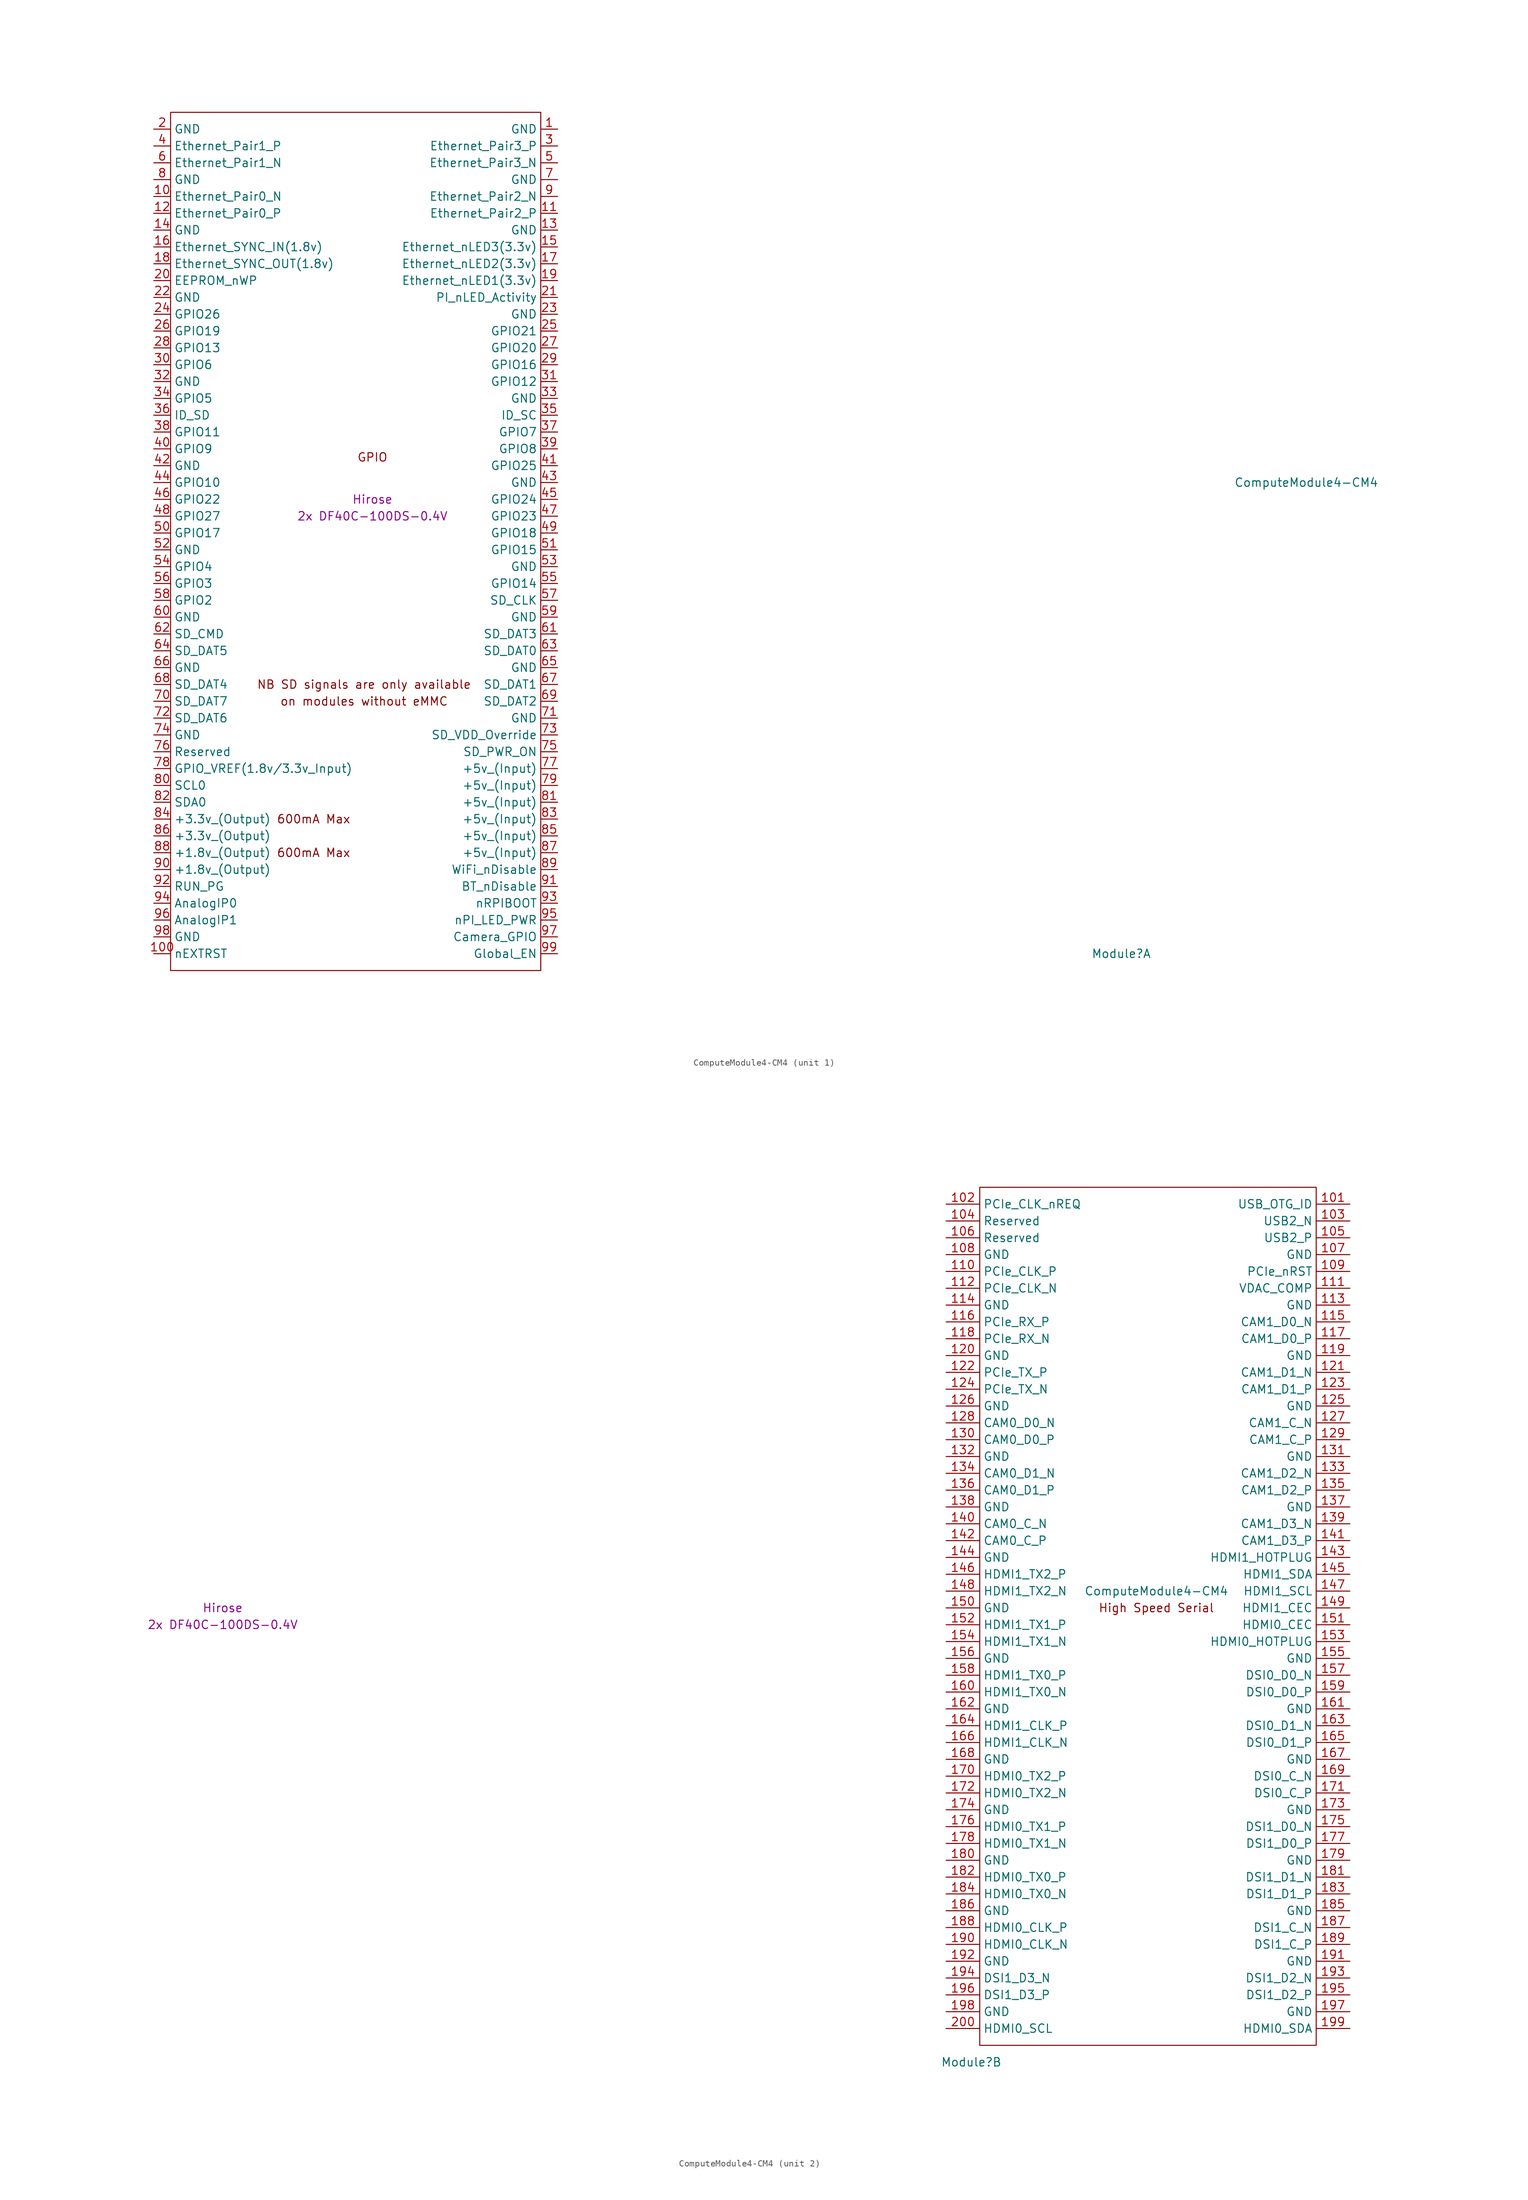
<source format=kicad_sym>
(kicad_symbol_lib
  (version 20201005)
  (generator kicad_symbol_editor)
  (symbol "RPI_CM4_video_preview:ComputeModule4-CM4"
    (property "Reference" "Module"
      (at 113.03 -68.58 0)
      (effects (font (size 1.27 1.27))))
    (property "Value" "ComputeModule4-CM4"
      (at 140.97 2.54 0)
      (effects (font (size 1.27 1.27))))
    (property "Field4" "Hirose"
      (at 0 0 0)
      (effects (font (size 1.27 1.27))))
    (property "Field5" "2x DF40C-100DS-0.4V"
      (at 0 -2.54 0)
      (effects (font (size 1.27 1.27))))
    (symbol "ComputeModule4-CM4_1_0"
      (text "GPIO" (at 0 6.35 0) (effects (font (size 1.27 1.27)))))
    (symbol "ComputeModule4-CM4_1_1"
      (text "600mA Max" (at -8.89 -53.34 0) (effects (font (size 1.27 1.27))))
      (text "600mA Max" (at -8.89 -48.26 0) (effects (font (size 1.27 1.27))))
      (text "NB SD signals are only available" (at -1.27 -27.94 0) (effects (font (size 1.27 1.27))))
      (text "on modules without eMMC" (at -1.27 -30.48 0) (effects (font (size 1.27 1.27))))
      (rectangle (start -30.48 -71.12) (end 25.4 58.42) (stroke (width 0)) (fill (type none)))
      (pin power_in line (at 27.94 55.88 180) (length 2.54) (name "GND" (effects (font (size 1.27 1.27)))) (number "1" (effects (font (size 1.27 1.27)))))
      (pin passive line (at -33.02 45.72 0) (length 2.54) (name "Ethernet_Pair0_N" (effects (font (size 1.27 1.27)))) (number "10" (effects (font (size 1.27 1.27)))))
      (pin output line (at -33.02 -68.58 0) (length 2.54) (name "nEXTRST" (effects (font (size 1.27 1.27)))) (number "100" (effects (font (size 1.27 1.27)))))
      (pin passive line (at 27.94 43.18 180) (length 2.54) (name "Ethernet_Pair2_P" (effects (font (size 1.27 1.27)))) (number "11" (effects (font (size 1.27 1.27)))))
      (pin passive line (at -33.02 43.18 0) (length 2.54) (name "Ethernet_Pair0_P" (effects (font (size 1.27 1.27)))) (number "12" (effects (font (size 1.27 1.27)))))
      (pin power_in line (at 27.94 40.64 180) (length 2.54) (name "GND" (effects (font (size 1.27 1.27)))) (number "13" (effects (font (size 1.27 1.27)))))
      (pin power_in line (at -33.02 40.64 0) (length 2.54) (name "GND" (effects (font (size 1.27 1.27)))) (number "14" (effects (font (size 1.27 1.27)))))
      (pin output line (at 27.94 38.1 180) (length 2.54) (name "Ethernet_nLED3(3.3v)" (effects (font (size 1.27 1.27)))) (number "15" (effects (font (size 1.27 1.27)))))
      (pin input line (at -33.02 38.1 0) (length 2.54) (name "Ethernet_SYNC_IN(1.8v)" (effects (font (size 1.27 1.27)))) (number "16" (effects (font (size 1.27 1.27)))))
      (pin output line (at 27.94 35.56 180) (length 2.54) (name "Ethernet_nLED2(3.3v)" (effects (font (size 1.27 1.27)))) (number "17" (effects (font (size 1.27 1.27)))))
      (pin input line (at -33.02 35.56 0) (length 2.54) (name "Ethernet_SYNC_OUT(1.8v)" (effects (font (size 1.27 1.27)))) (number "18" (effects (font (size 1.27 1.27)))))
      (pin output line (at 27.94 33.02 180) (length 2.54) (name "Ethernet_nLED1(3.3v)" (effects (font (size 1.27 1.27)))) (number "19" (effects (font (size 1.27 1.27)))))
      (pin power_in line (at -33.02 55.88 0) (length 2.54) (name "GND" (effects (font (size 1.27 1.27)))) (number "2" (effects (font (size 1.27 1.27)))))
      (pin passive line (at -33.02 33.02 0) (length 2.54) (name "EEPROM_nWP" (effects (font (size 1.27 1.27)))) (number "20" (effects (font (size 1.27 1.27)))))
      (pin open_collector line (at 27.94 30.48 180) (length 2.54) (name "PI_nLED_Activity" (effects (font (size 1.27 1.27)))) (number "21" (effects (font (size 1.27 1.27)))))
      (pin power_in line (at -33.02 30.48 0) (length 2.54) (name "GND" (effects (font (size 1.27 1.27)))) (number "22" (effects (font (size 1.27 1.27)))))
      (pin power_in line (at 27.94 27.94 180) (length 2.54) (name "GND" (effects (font (size 1.27 1.27)))) (number "23" (effects (font (size 1.27 1.27)))))
      (pin passive line (at -33.02 27.94 0) (length 2.54) (name "GPIO26" (effects (font (size 1.27 1.27)))) (number "24" (effects (font (size 1.27 1.27)))))
      (pin passive line (at 27.94 25.4 180) (length 2.54) (name "GPIO21" (effects (font (size 1.27 1.27)))) (number "25" (effects (font (size 1.27 1.27)))))
      (pin passive line (at -33.02 25.4 0) (length 2.54) (name "GPIO19" (effects (font (size 1.27 1.27)))) (number "26" (effects (font (size 1.27 1.27)))))
      (pin passive line (at 27.94 22.86 180) (length 2.54) (name "GPIO20" (effects (font (size 1.27 1.27)))) (number "27" (effects (font (size 1.27 1.27)))))
      (pin passive line (at -33.02 22.86 0) (length 2.54) (name "GPIO13" (effects (font (size 1.27 1.27)))) (number "28" (effects (font (size 1.27 1.27)))))
      (pin passive line (at 27.94 20.32 180) (length 2.54) (name "GPIO16" (effects (font (size 1.27 1.27)))) (number "29" (effects (font (size 1.27 1.27)))))
      (pin passive line (at 27.94 53.34 180) (length 2.54) (name "Ethernet_Pair3_P" (effects (font (size 1.27 1.27)))) (number "3" (effects (font (size 1.27 1.27)))))
      (pin passive line (at -33.02 20.32 0) (length 2.54) (name "GPIO6" (effects (font (size 1.27 1.27)))) (number "30" (effects (font (size 1.27 1.27)))))
      (pin passive line (at 27.94 17.78 180) (length 2.54) (name "GPIO12" (effects (font (size 1.27 1.27)))) (number "31" (effects (font (size 1.27 1.27)))))
      (pin power_in line (at -33.02 17.78 0) (length 2.54) (name "GND" (effects (font (size 1.27 1.27)))) (number "32" (effects (font (size 1.27 1.27)))))
      (pin power_in line (at 27.94 15.24 180) (length 2.54) (name "GND" (effects (font (size 1.27 1.27)))) (number "33" (effects (font (size 1.27 1.27)))))
      (pin passive line (at -33.02 15.24 0) (length 2.54) (name "GPIO5" (effects (font (size 1.27 1.27)))) (number "34" (effects (font (size 1.27 1.27)))))
      (pin passive line (at 27.94 12.7 180) (length 2.54) (name "ID_SC" (effects (font (size 1.27 1.27)))) (number "35" (effects (font (size 1.27 1.27)))))
      (pin passive line (at -33.02 12.7 0) (length 2.54) (name "ID_SD" (effects (font (size 1.27 1.27)))) (number "36" (effects (font (size 1.27 1.27)))))
      (pin passive line (at 27.94 10.16 180) (length 2.54) (name "GPIO7" (effects (font (size 1.27 1.27)))) (number "37" (effects (font (size 1.27 1.27)))))
      (pin passive line (at -33.02 10.16 0) (length 2.54) (name "GPIO11" (effects (font (size 1.27 1.27)))) (number "38" (effects (font (size 1.27 1.27)))))
      (pin passive line (at 27.94 7.62 180) (length 2.54) (name "GPIO8" (effects (font (size 1.27 1.27)))) (number "39" (effects (font (size 1.27 1.27)))))
      (pin passive line (at -33.02 53.34 0) (length 2.54) (name "Ethernet_Pair1_P" (effects (font (size 1.27 1.27)))) (number "4" (effects (font (size 1.27 1.27)))))
      (pin passive line (at -33.02 7.62 0) (length 2.54) (name "GPIO9" (effects (font (size 1.27 1.27)))) (number "40" (effects (font (size 1.27 1.27)))))
      (pin passive line (at 27.94 5.08 180) (length 2.54) (name "GPIO25" (effects (font (size 1.27 1.27)))) (number "41" (effects (font (size 1.27 1.27)))))
      (pin power_in line (at -33.02 5.08 0) (length 2.54) (name "GND" (effects (font (size 1.27 1.27)))) (number "42" (effects (font (size 1.27 1.27)))))
      (pin power_in line (at 27.94 2.54 180) (length 2.54) (name "GND" (effects (font (size 1.27 1.27)))) (number "43" (effects (font (size 1.27 1.27)))))
      (pin passive line (at -33.02 2.54 0) (length 2.54) (name "GPIO10" (effects (font (size 1.27 1.27)))) (number "44" (effects (font (size 1.27 1.27)))))
      (pin passive line (at 27.94 0 180) (length 2.54) (name "GPIO24" (effects (font (size 1.27 1.27)))) (number "45" (effects (font (size 1.27 1.27)))))
      (pin passive line (at -33.02 0 0) (length 2.54) (name "GPIO22" (effects (font (size 1.27 1.27)))) (number "46" (effects (font (size 1.27 1.27)))))
      (pin passive line (at 27.94 -2.54 180) (length 2.54) (name "GPIO23" (effects (font (size 1.27 1.27)))) (number "47" (effects (font (size 1.27 1.27)))))
      (pin passive line (at -33.02 -2.54 0) (length 2.54) (name "GPIO27" (effects (font (size 1.27 1.27)))) (number "48" (effects (font (size 1.27 1.27)))))
      (pin passive line (at 27.94 -5.08 180) (length 2.54) (name "GPIO18" (effects (font (size 1.27 1.27)))) (number "49" (effects (font (size 1.27 1.27)))))
      (pin passive line (at 27.94 50.8 180) (length 2.54) (name "Ethernet_Pair3_N" (effects (font (size 1.27 1.27)))) (number "5" (effects (font (size 1.27 1.27)))))
      (pin passive line (at -33.02 -5.08 0) (length 2.54) (name "GPIO17" (effects (font (size 1.27 1.27)))) (number "50" (effects (font (size 1.27 1.27)))))
      (pin passive line (at 27.94 -7.62 180) (length 2.54) (name "GPIO15" (effects (font (size 1.27 1.27)))) (number "51" (effects (font (size 1.27 1.27)))))
      (pin power_in line (at -33.02 -7.62 0) (length 2.54) (name "GND" (effects (font (size 1.27 1.27)))) (number "52" (effects (font (size 1.27 1.27)))))
      (pin power_in line (at 27.94 -10.16 180) (length 2.54) (name "GND" (effects (font (size 1.27 1.27)))) (number "53" (effects (font (size 1.27 1.27)))))
      (pin passive line (at -33.02 -10.16 0) (length 2.54) (name "GPIO4" (effects (font (size 1.27 1.27)))) (number "54" (effects (font (size 1.27 1.27)))))
      (pin passive line (at 27.94 -12.7 180) (length 2.54) (name "GPIO14" (effects (font (size 1.27 1.27)))) (number "55" (effects (font (size 1.27 1.27)))))
      (pin passive line (at -33.02 -12.7 0) (length 2.54) (name "GPIO3" (effects (font (size 1.27 1.27)))) (number "56" (effects (font (size 1.27 1.27)))))
      (pin passive line (at 27.94 -15.24 180) (length 2.54) (name "SD_CLK" (effects (font (size 1.27 1.27)))) (number "57" (effects (font (size 1.27 1.27)))))
      (pin passive line (at -33.02 -15.24 0) (length 2.54) (name "GPIO2" (effects (font (size 1.27 1.27)))) (number "58" (effects (font (size 1.27 1.27)))))
      (pin power_in line (at 27.94 -17.78 180) (length 2.54) (name "GND" (effects (font (size 1.27 1.27)))) (number "59" (effects (font (size 1.27 1.27)))))
      (pin passive line (at -33.02 50.8 0) (length 2.54) (name "Ethernet_Pair1_N" (effects (font (size 1.27 1.27)))) (number "6" (effects (font (size 1.27 1.27)))))
      (pin power_in line (at -33.02 -17.78 0) (length 2.54) (name "GND" (effects (font (size 1.27 1.27)))) (number "60" (effects (font (size 1.27 1.27)))))
      (pin passive line (at 27.94 -20.32 180) (length 2.54) (name "SD_DAT3" (effects (font (size 1.27 1.27)))) (number "61" (effects (font (size 1.27 1.27)))))
      (pin passive line (at -33.02 -20.32 0) (length 2.54) (name "SD_CMD" (effects (font (size 1.27 1.27)))) (number "62" (effects (font (size 1.27 1.27)))))
      (pin passive line (at 27.94 -22.86 180) (length 2.54) (name "SD_DAT0" (effects (font (size 1.27 1.27)))) (number "63" (effects (font (size 1.27 1.27)))))
      (pin passive line (at -33.02 -22.86 0) (length 2.54) (name "SD_DAT5" (effects (font (size 1.27 1.27)))) (number "64" (effects (font (size 1.27 1.27)))))
      (pin power_in line (at 27.94 -25.4 180) (length 2.54) (name "GND" (effects (font (size 1.27 1.27)))) (number "65" (effects (font (size 1.27 1.27)))))
      (pin power_in line (at -33.02 -25.4 0) (length 2.54) (name "GND" (effects (font (size 1.27 1.27)))) (number "66" (effects (font (size 1.27 1.27)))))
      (pin passive line (at 27.94 -27.94 180) (length 2.54) (name "SD_DAT1" (effects (font (size 1.27 1.27)))) (number "67" (effects (font (size 1.27 1.27)))))
      (pin passive line (at -33.02 -27.94 0) (length 2.54) (name "SD_DAT4" (effects (font (size 1.27 1.27)))) (number "68" (effects (font (size 1.27 1.27)))))
      (pin passive line (at 27.94 -30.48 180) (length 2.54) (name "SD_DAT2" (effects (font (size 1.27 1.27)))) (number "69" (effects (font (size 1.27 1.27)))))
      (pin power_in line (at 27.94 48.26 180) (length 2.54) (name "GND" (effects (font (size 1.27 1.27)))) (number "7" (effects (font (size 1.27 1.27)))))
      (pin passive line (at -33.02 -30.48 0) (length 2.54) (name "SD_DAT7" (effects (font (size 1.27 1.27)))) (number "70" (effects (font (size 1.27 1.27)))))
      (pin power_in line (at 27.94 -33.02 180) (length 2.54) (name "GND" (effects (font (size 1.27 1.27)))) (number "71" (effects (font (size 1.27 1.27)))))
      (pin passive line (at -33.02 -33.02 0) (length 2.54) (name "SD_DAT6" (effects (font (size 1.27 1.27)))) (number "72" (effects (font (size 1.27 1.27)))))
      (pin input line (at 27.94 -35.56 180) (length 2.54) (name "SD_VDD_Override" (effects (font (size 1.27 1.27)))) (number "73" (effects (font (size 1.27 1.27)))))
      (pin power_in line (at -33.02 -35.56 0) (length 2.54) (name "GND" (effects (font (size 1.27 1.27)))) (number "74" (effects (font (size 1.27 1.27)))))
      (pin output line (at 27.94 -38.1 180) (length 2.54) (name "SD_PWR_ON" (effects (font (size 1.27 1.27)))) (number "75" (effects (font (size 1.27 1.27)))))
      (pin passive line (at -33.02 -38.1 0) (length 2.54) (name "Reserved" (effects (font (size 1.27 1.27)))) (number "76" (effects (font (size 1.27 1.27)))))
      (pin power_in line (at 27.94 -40.64 180) (length 2.54) (name "+5v_(Input)" (effects (font (size 1.27 1.27)))) (number "77" (effects (font (size 1.27 1.27)))))
      (pin power_in line (at -33.02 -40.64 0) (length 2.54) (name "GPIO_VREF(1.8v/3.3v_Input)" (effects (font (size 1.27 1.27)))) (number "78" (effects (font (size 1.27 1.27)))))
      (pin power_in line (at 27.94 -43.18 180) (length 2.54) (name "+5v_(Input)" (effects (font (size 1.27 1.27)))) (number "79" (effects (font (size 1.27 1.27)))))
      (pin power_in line (at -33.02 48.26 0) (length 2.54) (name "GND" (effects (font (size 1.27 1.27)))) (number "8" (effects (font (size 1.27 1.27)))))
      (pin passive line (at -33.02 -43.18 0) (length 2.54) (name "SCL0" (effects (font (size 1.27 1.27)))) (number "80" (effects (font (size 1.27 1.27)))))
      (pin power_in line (at 27.94 -45.72 180) (length 2.54) (name "+5v_(Input)" (effects (font (size 1.27 1.27)))) (number "81" (effects (font (size 1.27 1.27)))))
      (pin passive line (at -33.02 -45.72 0) (length 2.54) (name "SDA0" (effects (font (size 1.27 1.27)))) (number "82" (effects (font (size 1.27 1.27)))))
      (pin power_in line (at 27.94 -48.26 180) (length 2.54) (name "+5v_(Input)" (effects (font (size 1.27 1.27)))) (number "83" (effects (font (size 1.27 1.27)))))
      (pin power_out line (at -33.02 -48.26 0) (length 2.54) (name "+3.3v_(Output)" (effects (font (size 1.27 1.27)))) (number "84" (effects (font (size 1.27 1.27)))))
      (pin power_in line (at 27.94 -50.8 180) (length 2.54) (name "+5v_(Input)" (effects (font (size 1.27 1.27)))) (number "85" (effects (font (size 1.27 1.27)))))
      (pin power_out line (at -33.02 -50.8 0) (length 2.54) (name "+3.3v_(Output)" (effects (font (size 1.27 1.27)))) (number "86" (effects (font (size 1.27 1.27)))))
      (pin power_in line (at 27.94 -53.34 180) (length 2.54) (name "+5v_(Input)" (effects (font (size 1.27 1.27)))) (number "87" (effects (font (size 1.27 1.27)))))
      (pin power_out line (at -33.02 -53.34 0) (length 2.54) (name "+1.8v_(Output)" (effects (font (size 1.27 1.27)))) (number "88" (effects (font (size 1.27 1.27)))))
      (pin power_in line (at 27.94 -55.88 180) (length 2.54) (name "WiFi_nDisable" (effects (font (size 1.27 1.27)))) (number "89" (effects (font (size 1.27 1.27)))))
      (pin passive line (at 27.94 45.72 180) (length 2.54) (name "Ethernet_Pair2_N" (effects (font (size 1.27 1.27)))) (number "9" (effects (font (size 1.27 1.27)))))
      (pin power_out line (at -33.02 -55.88 0) (length 2.54) (name "+1.8v_(Output)" (effects (font (size 1.27 1.27)))) (number "90" (effects (font (size 1.27 1.27)))))
      (pin power_in line (at 27.94 -58.42 180) (length 2.54) (name "BT_nDisable" (effects (font (size 1.27 1.27)))) (number "91" (effects (font (size 1.27 1.27)))))
      (pin passive line (at -33.02 -58.42 0) (length 2.54) (name "RUN_PG" (effects (font (size 1.27 1.27)))) (number "92" (effects (font (size 1.27 1.27)))))
      (pin input line (at 27.94 -60.96 180) (length 2.54) (name "nRPIBOOT" (effects (font (size 1.27 1.27)))) (number "93" (effects (font (size 1.27 1.27)))))
      (pin passive line (at -33.02 -60.96 0) (length 2.54) (name "AnalogIP0" (effects (font (size 1.27 1.27)))) (number "94" (effects (font (size 1.27 1.27)))))
      (pin output line (at 27.94 -63.5 180) (length 2.54) (name "nPI_LED_PWR" (effects (font (size 1.27 1.27)))) (number "95" (effects (font (size 1.27 1.27)))))
      (pin passive line (at -33.02 -63.5 0) (length 2.54) (name "AnalogIP1" (effects (font (size 1.27 1.27)))) (number "96" (effects (font (size 1.27 1.27)))))
      (pin passive line (at 27.94 -66.04 180) (length 2.54) (name "Camera_GPIO" (effects (font (size 1.27 1.27)))) (number "97" (effects (font (size 1.27 1.27)))))
      (pin power_in line (at -33.02 -66.04 0) (length 2.54) (name "GND" (effects (font (size 1.27 1.27)))) (number "98" (effects (font (size 1.27 1.27)))))
      (pin input line (at 27.94 -68.58 180) (length 2.54) (name "Global_EN" (effects (font (size 1.27 1.27)))) (number "99" (effects (font (size 1.27 1.27))))))
    (symbol "ComputeModule4-CM4_2_1"
      (text "High Speed Serial" (at 140.97 0 0) (effects (font (size 1.27 1.27))))
      (rectangle (start 114.3 -66.04) (end 165.1 63.5) (stroke (width 0)) (fill (type none)))
      (pin input line (at 170.18 60.96 180) (length 5.08) (name "USB_OTG_ID" (effects (font (size 1.27 1.27)))) (number "101" (effects (font (size 1.27 1.27)))))
      (pin input line (at 109.22 60.96 0) (length 5.08) (name "PCIe_CLK_nREQ" (effects (font (size 1.27 1.27)))) (number "102" (effects (font (size 1.27 1.27)))))
      (pin passive line (at 170.18 58.42 180) (length 5.08) (name "USB2_N" (effects (font (size 1.27 1.27)))) (number "103" (effects (font (size 1.27 1.27)))))
      (pin passive line (at 109.22 58.42 0) (length 5.08) (name "Reserved" (effects (font (size 1.27 1.27)))) (number "104" (effects (font (size 1.27 1.27)))))
      (pin passive line (at 170.18 55.88 180) (length 5.08) (name "USB2_P" (effects (font (size 1.27 1.27)))) (number "105" (effects (font (size 1.27 1.27)))))
      (pin passive line (at 109.22 55.88 0) (length 5.08) (name "Reserved" (effects (font (size 1.27 1.27)))) (number "106" (effects (font (size 1.27 1.27)))))
      (pin power_in line (at 170.18 53.34 180) (length 5.08) (name "GND" (effects (font (size 1.27 1.27)))) (number "107" (effects (font (size 1.27 1.27)))))
      (pin power_in line (at 109.22 53.34 0) (length 5.08) (name "GND" (effects (font (size 1.27 1.27)))) (number "108" (effects (font (size 1.27 1.27)))))
      (pin bidirectional line (at 170.18 50.8 180) (length 5.08) (name "PCIe_nRST" (effects (font (size 1.27 1.27)))) (number "109" (effects (font (size 1.27 1.27)))))
      (pin output line (at 109.22 50.8 0) (length 5.08) (name "PCIe_CLK_P" (effects (font (size 1.27 1.27)))) (number "110" (effects (font (size 1.27 1.27)))))
      (pin passive line (at 170.18 48.26 180) (length 5.08) (name "VDAC_COMP" (effects (font (size 1.27 1.27)))) (number "111" (effects (font (size 1.27 1.27)))))
      (pin output line (at 109.22 48.26 0) (length 5.08) (name "PCIe_CLK_N" (effects (font (size 1.27 1.27)))) (number "112" (effects (font (size 1.27 1.27)))))
      (pin power_in line (at 170.18 45.72 180) (length 5.08) (name "GND" (effects (font (size 1.27 1.27)))) (number "113" (effects (font (size 1.27 1.27)))))
      (pin power_in line (at 109.22 45.72 0) (length 5.08) (name "GND" (effects (font (size 1.27 1.27)))) (number "114" (effects (font (size 1.27 1.27)))))
      (pin input line (at 170.18 43.18 180) (length 5.08) (name "CAM1_D0_N" (effects (font (size 1.27 1.27)))) (number "115" (effects (font (size 1.27 1.27)))))
      (pin input line (at 109.22 43.18 0) (length 5.08) (name "PCIe_RX_P" (effects (font (size 1.27 1.27)))) (number "116" (effects (font (size 1.27 1.27)))))
      (pin input line (at 170.18 40.64 180) (length 5.08) (name "CAM1_D0_P" (effects (font (size 1.27 1.27)))) (number "117" (effects (font (size 1.27 1.27)))))
      (pin input line (at 109.22 40.64 0) (length 5.08) (name "PCIe_RX_N" (effects (font (size 1.27 1.27)))) (number "118" (effects (font (size 1.27 1.27)))))
      (pin power_in line (at 170.18 38.1 180) (length 5.08) (name "GND" (effects (font (size 1.27 1.27)))) (number "119" (effects (font (size 1.27 1.27)))))
      (pin power_in line (at 109.22 38.1 0) (length 5.08) (name "GND" (effects (font (size 1.27 1.27)))) (number "120" (effects (font (size 1.27 1.27)))))
      (pin input line (at 170.18 35.56 180) (length 5.08) (name "CAM1_D1_N" (effects (font (size 1.27 1.27)))) (number "121" (effects (font (size 1.27 1.27)))))
      (pin output line (at 109.22 35.56 0) (length 5.08) (name "PCIe_TX_P" (effects (font (size 1.27 1.27)))) (number "122" (effects (font (size 1.27 1.27)))))
      (pin input line (at 170.18 33.02 180) (length 5.08) (name "CAM1_D1_P" (effects (font (size 1.27 1.27)))) (number "123" (effects (font (size 1.27 1.27)))))
      (pin output line (at 109.22 33.02 0) (length 5.08) (name "PCIe_TX_N" (effects (font (size 1.27 1.27)))) (number "124" (effects (font (size 1.27 1.27)))))
      (pin power_in line (at 170.18 30.48 180) (length 5.08) (name "GND" (effects (font (size 1.27 1.27)))) (number "125" (effects (font (size 1.27 1.27)))))
      (pin power_in line (at 109.22 30.48 0) (length 5.08) (name "GND" (effects (font (size 1.27 1.27)))) (number "126" (effects (font (size 1.27 1.27)))))
      (pin input line (at 170.18 27.94 180) (length 5.08) (name "CAM1_C_N" (effects (font (size 1.27 1.27)))) (number "127" (effects (font (size 1.27 1.27)))))
      (pin input line (at 109.22 27.94 0) (length 5.08) (name "CAM0_D0_N" (effects (font (size 1.27 1.27)))) (number "128" (effects (font (size 1.27 1.27)))))
      (pin input line (at 170.18 25.4 180) (length 5.08) (name "CAM1_C_P" (effects (font (size 1.27 1.27)))) (number "129" (effects (font (size 1.27 1.27)))))
      (pin input line (at 109.22 25.4 0) (length 5.08) (name "CAM0_D0_P" (effects (font (size 1.27 1.27)))) (number "130" (effects (font (size 1.27 1.27)))))
      (pin power_in line (at 170.18 22.86 180) (length 5.08) (name "GND" (effects (font (size 1.27 1.27)))) (number "131" (effects (font (size 1.27 1.27)))))
      (pin power_in line (at 109.22 22.86 0) (length 5.08) (name "GND" (effects (font (size 1.27 1.27)))) (number "132" (effects (font (size 1.27 1.27)))))
      (pin input line (at 170.18 20.32 180) (length 5.08) (name "CAM1_D2_N" (effects (font (size 1.27 1.27)))) (number "133" (effects (font (size 1.27 1.27)))))
      (pin input line (at 109.22 20.32 0) (length 5.08) (name "CAM0_D1_N" (effects (font (size 1.27 1.27)))) (number "134" (effects (font (size 1.27 1.27)))))
      (pin input line (at 170.18 17.78 180) (length 5.08) (name "CAM1_D2_P" (effects (font (size 1.27 1.27)))) (number "135" (effects (font (size 1.27 1.27)))))
      (pin input line (at 109.22 17.78 0) (length 5.08) (name "CAM0_D1_P" (effects (font (size 1.27 1.27)))) (number "136" (effects (font (size 1.27 1.27)))))
      (pin power_in line (at 170.18 15.24 180) (length 5.08) (name "GND" (effects (font (size 1.27 1.27)))) (number "137" (effects (font (size 1.27 1.27)))))
      (pin power_in line (at 109.22 15.24 0) (length 5.08) (name "GND" (effects (font (size 1.27 1.27)))) (number "138" (effects (font (size 1.27 1.27)))))
      (pin input line (at 170.18 12.7 180) (length 5.08) (name "CAM1_D3_N" (effects (font (size 1.27 1.27)))) (number "139" (effects (font (size 1.27 1.27)))))
      (pin input line (at 109.22 12.7 0) (length 5.08) (name "CAM0_C_N" (effects (font (size 1.27 1.27)))) (number "140" (effects (font (size 1.27 1.27)))))
      (pin input line (at 170.18 10.16 180) (length 5.08) (name "CAM1_D3_P" (effects (font (size 1.27 1.27)))) (number "141" (effects (font (size 1.27 1.27)))))
      (pin input line (at 109.22 10.16 0) (length 5.08) (name "CAM0_C_P" (effects (font (size 1.27 1.27)))) (number "142" (effects (font (size 1.27 1.27)))))
      (pin input line (at 170.18 7.62 180) (length 5.08) (name "HDMI1_HOTPLUG" (effects (font (size 1.27 1.27)))) (number "143" (effects (font (size 1.27 1.27)))))
      (pin power_in line (at 109.22 7.62 0) (length 5.08) (name "GND" (effects (font (size 1.27 1.27)))) (number "144" (effects (font (size 1.27 1.27)))))
      (pin bidirectional line (at 170.18 5.08 180) (length 5.08) (name "HDMI1_SDA" (effects (font (size 1.27 1.27)))) (number "145" (effects (font (size 1.27 1.27)))))
      (pin output line (at 109.22 5.08 0) (length 5.08) (name "HDMI1_TX2_P" (effects (font (size 1.27 1.27)))) (number "146" (effects (font (size 1.27 1.27)))))
      (pin open_collector line (at 170.18 2.54 180) (length 5.08) (name "HDMI1_SCL" (effects (font (size 1.27 1.27)))) (number "147" (effects (font (size 1.27 1.27)))))
      (pin output line (at 109.22 2.54 0) (length 5.08) (name "HDMI1_TX2_N" (effects (font (size 1.27 1.27)))) (number "148" (effects (font (size 1.27 1.27)))))
      (pin open_collector line (at 170.18 0 180) (length 5.08) (name "HDMI1_CEC" (effects (font (size 1.27 1.27)))) (number "149" (effects (font (size 1.27 1.27)))))
      (pin power_in line (at 109.22 0 0) (length 5.08) (name "GND" (effects (font (size 1.27 1.27)))) (number "150" (effects (font (size 1.27 1.27)))))
      (pin open_collector line (at 170.18 -2.54 180) (length 5.08) (name "HDMI0_CEC" (effects (font (size 1.27 1.27)))) (number "151" (effects (font (size 1.27 1.27)))))
      (pin output line (at 109.22 -2.54 0) (length 5.08) (name "HDMI1_TX1_P" (effects (font (size 1.27 1.27)))) (number "152" (effects (font (size 1.27 1.27)))))
      (pin input line (at 170.18 -5.08 180) (length 5.08) (name "HDMI0_HOTPLUG" (effects (font (size 1.27 1.27)))) (number "153" (effects (font (size 1.27 1.27)))))
      (pin output line (at 109.22 -5.08 0) (length 5.08) (name "HDMI1_TX1_N" (effects (font (size 1.27 1.27)))) (number "154" (effects (font (size 1.27 1.27)))))
      (pin power_in line (at 170.18 -7.62 180) (length 5.08) (name "GND" (effects (font (size 1.27 1.27)))) (number "155" (effects (font (size 1.27 1.27)))))
      (pin power_in line (at 109.22 -7.62 0) (length 5.08) (name "GND" (effects (font (size 1.27 1.27)))) (number "156" (effects (font (size 1.27 1.27)))))
      (pin output line (at 170.18 -10.16 180) (length 5.08) (name "DSI0_D0_N" (effects (font (size 1.27 1.27)))) (number "157" (effects (font (size 1.27 1.27)))))
      (pin output line (at 109.22 -10.16 0) (length 5.08) (name "HDMI1_TX0_P" (effects (font (size 1.27 1.27)))) (number "158" (effects (font (size 1.27 1.27)))))
      (pin output line (at 170.18 -12.7 180) (length 5.08) (name "DSI0_D0_P" (effects (font (size 1.27 1.27)))) (number "159" (effects (font (size 1.27 1.27)))))
      (pin output line (at 109.22 -12.7 0) (length 5.08) (name "HDMI1_TX0_N" (effects (font (size 1.27 1.27)))) (number "160" (effects (font (size 1.27 1.27)))))
      (pin power_in line (at 170.18 -15.24 180) (length 5.08) (name "GND" (effects (font (size 1.27 1.27)))) (number "161" (effects (font (size 1.27 1.27)))))
      (pin power_in line (at 109.22 -15.24 0) (length 5.08) (name "GND" (effects (font (size 1.27 1.27)))) (number "162" (effects (font (size 1.27 1.27)))))
      (pin output line (at 170.18 -17.78 180) (length 5.08) (name "DSI0_D1_N" (effects (font (size 1.27 1.27)))) (number "163" (effects (font (size 1.27 1.27)))))
      (pin output line (at 109.22 -17.78 0) (length 5.08) (name "HDMI1_CLK_P" (effects (font (size 1.27 1.27)))) (number "164" (effects (font (size 1.27 1.27)))))
      (pin output line (at 170.18 -20.32 180) (length 5.08) (name "DSI0_D1_P" (effects (font (size 1.27 1.27)))) (number "165" (effects (font (size 1.27 1.27)))))
      (pin output line (at 109.22 -20.32 0) (length 5.08) (name "HDMI1_CLK_N" (effects (font (size 1.27 1.27)))) (number "166" (effects (font (size 1.27 1.27)))))
      (pin power_in line (at 170.18 -22.86 180) (length 5.08) (name "GND" (effects (font (size 1.27 1.27)))) (number "167" (effects (font (size 1.27 1.27)))))
      (pin power_in line (at 109.22 -22.86 0) (length 5.08) (name "GND" (effects (font (size 1.27 1.27)))) (number "168" (effects (font (size 1.27 1.27)))))
      (pin output line (at 170.18 -25.4 180) (length 5.08) (name "DSI0_C_N" (effects (font (size 1.27 1.27)))) (number "169" (effects (font (size 1.27 1.27)))))
      (pin output line (at 109.22 -25.4 0) (length 5.08) (name "HDMI0_TX2_P" (effects (font (size 1.27 1.27)))) (number "170" (effects (font (size 1.27 1.27)))))
      (pin output line (at 170.18 -27.94 180) (length 5.08) (name "DSI0_C_P" (effects (font (size 1.27 1.27)))) (number "171" (effects (font (size 1.27 1.27)))))
      (pin output line (at 109.22 -27.94 0) (length 5.08) (name "HDMI0_TX2_N" (effects (font (size 1.27 1.27)))) (number "172" (effects (font (size 1.27 1.27)))))
      (pin power_in line (at 170.18 -30.48 180) (length 5.08) (name "GND" (effects (font (size 1.27 1.27)))) (number "173" (effects (font (size 1.27 1.27)))))
      (pin power_in line (at 109.22 -30.48 0) (length 5.08) (name "GND" (effects (font (size 1.27 1.27)))) (number "174" (effects (font (size 1.27 1.27)))))
      (pin output line (at 170.18 -33.02 180) (length 5.08) (name "DSI1_D0_N" (effects (font (size 1.27 1.27)))) (number "175" (effects (font (size 1.27 1.27)))))
      (pin output line (at 109.22 -33.02 0) (length 5.08) (name "HDMI0_TX1_P" (effects (font (size 1.27 1.27)))) (number "176" (effects (font (size 1.27 1.27)))))
      (pin output line (at 170.18 -35.56 180) (length 5.08) (name "DSI1_D0_P" (effects (font (size 1.27 1.27)))) (number "177" (effects (font (size 1.27 1.27)))))
      (pin output line (at 109.22 -35.56 0) (length 5.08) (name "HDMI0_TX1_N" (effects (font (size 1.27 1.27)))) (number "178" (effects (font (size 1.27 1.27)))))
      (pin power_in line (at 170.18 -38.1 180) (length 5.08) (name "GND" (effects (font (size 1.27 1.27)))) (number "179" (effects (font (size 1.27 1.27)))))
      (pin power_in line (at 109.22 -38.1 0) (length 5.08) (name "GND" (effects (font (size 1.27 1.27)))) (number "180" (effects (font (size 1.27 1.27)))))
      (pin output line (at 170.18 -40.64 180) (length 5.08) (name "DSI1_D1_N" (effects (font (size 1.27 1.27)))) (number "181" (effects (font (size 1.27 1.27)))))
      (pin output line (at 109.22 -40.64 0) (length 5.08) (name "HDMI0_TX0_P" (effects (font (size 1.27 1.27)))) (number "182" (effects (font (size 1.27 1.27)))))
      (pin output line (at 170.18 -43.18 180) (length 5.08) (name "DSI1_D1_P" (effects (font (size 1.27 1.27)))) (number "183" (effects (font (size 1.27 1.27)))))
      (pin output line (at 109.22 -43.18 0) (length 5.08) (name "HDMI0_TX0_N" (effects (font (size 1.27 1.27)))) (number "184" (effects (font (size 1.27 1.27)))))
      (pin power_in line (at 170.18 -45.72 180) (length 5.08) (name "GND" (effects (font (size 1.27 1.27)))) (number "185" (effects (font (size 1.27 1.27)))))
      (pin power_in line (at 109.22 -45.72 0) (length 5.08) (name "GND" (effects (font (size 1.27 1.27)))) (number "186" (effects (font (size 1.27 1.27)))))
      (pin output line (at 170.18 -48.26 180) (length 5.08) (name "DSI1_C_N" (effects (font (size 1.27 1.27)))) (number "187" (effects (font (size 1.27 1.27)))))
      (pin output line (at 109.22 -48.26 0) (length 5.08) (name "HDMI0_CLK_P" (effects (font (size 1.27 1.27)))) (number "188" (effects (font (size 1.27 1.27)))))
      (pin output line (at 170.18 -50.8 180) (length 5.08) (name "DSI1_C_P" (effects (font (size 1.27 1.27)))) (number "189" (effects (font (size 1.27 1.27)))))
      (pin output line (at 109.22 -50.8 0) (length 5.08) (name "HDMI0_CLK_N" (effects (font (size 1.27 1.27)))) (number "190" (effects (font (size 1.27 1.27)))))
      (pin power_in line (at 170.18 -53.34 180) (length 5.08) (name "GND" (effects (font (size 1.27 1.27)))) (number "191" (effects (font (size 1.27 1.27)))))
      (pin power_in line (at 109.22 -53.34 0) (length 5.08) (name "GND" (effects (font (size 1.27 1.27)))) (number "192" (effects (font (size 1.27 1.27)))))
      (pin output line (at 170.18 -55.88 180) (length 5.08) (name "DSI1_D2_N" (effects (font (size 1.27 1.27)))) (number "193" (effects (font (size 1.27 1.27)))))
      (pin output line (at 109.22 -55.88 0) (length 5.08) (name "DSI1_D3_N" (effects (font (size 1.27 1.27)))) (number "194" (effects (font (size 1.27 1.27)))))
      (pin output line (at 170.18 -58.42 180) (length 5.08) (name "DSI1_D2_P" (effects (font (size 1.27 1.27)))) (number "195" (effects (font (size 1.27 1.27)))))
      (pin output line (at 109.22 -58.42 0) (length 5.08) (name "DSI1_D3_P" (effects (font (size 1.27 1.27)))) (number "196" (effects (font (size 1.27 1.27)))))
      (pin power_in line (at 170.18 -60.96 180) (length 5.08) (name "GND" (effects (font (size 1.27 1.27)))) (number "197" (effects (font (size 1.27 1.27)))))
      (pin power_in line (at 109.22 -60.96 0) (length 5.08) (name "GND" (effects (font (size 1.27 1.27)))) (number "198" (effects (font (size 1.27 1.27)))))
      (pin bidirectional line (at 170.18 -63.5 180) (length 5.08) (name "HDMI0_SDA" (effects (font (size 1.27 1.27)))) (number "199" (effects (font (size 1.27 1.27)))))
      (pin open_collector line (at 109.22 -63.5 0) (length 5.08) (name "HDMI0_SCL" (effects (font (size 1.27 1.27)))) (number "200" (effects (font (size 1.27 1.27))))))))
</source>
